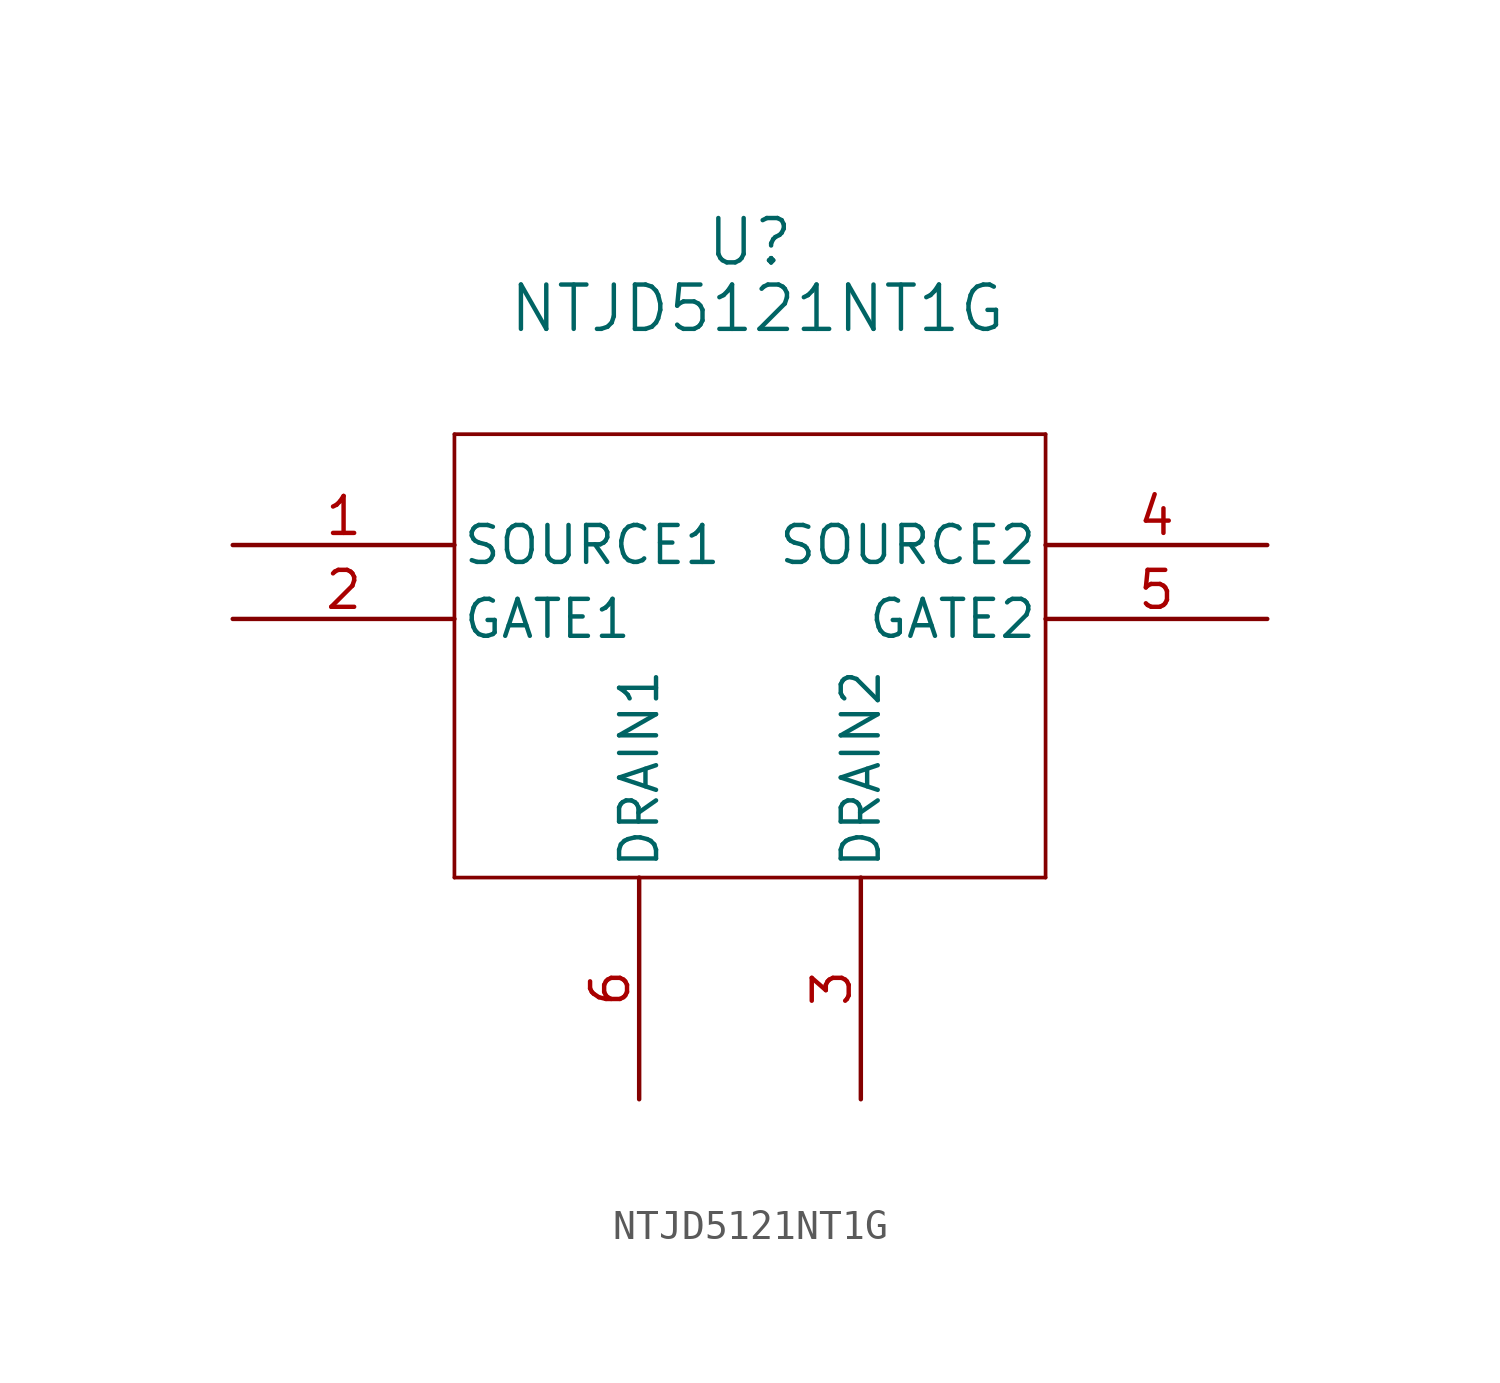
<source format=kicad_sym>
(kicad_symbol_lib
  (version 20241209)
  (generator "kicad_symbol_editor")
  (generator_version "9.0")
  (symbol "NTJD5121NT1G"
    (pin_names
      (offset 0.254))
    (property "Reference" "U"
      (at 33.02 11.684 0)
      (effects (font (size 1.524 1.524))))
    (property "Value" "NTJD5121NT1G"
      (at 33.274 9.398 0)
      (effects (font (size 1.524 1.524))))
    (property "ki_locked" ""
      (at 0 0 0)
      (effects (font (size 1.27 1.27))))
    (symbol "NTJD5121NT1G_0_1"
      (polyline (pts (xy 22.86 5.08) (xy 22.86 -10.16)) (stroke (width 0.127) (type default)) (fill (type none)))
      (polyline (pts (xy 22.86 -10.16) (xy 43.18 -10.16)) (stroke (width 0.127) (type default)) (fill (type none)))
      (polyline (pts (xy 43.18 5.08) (xy 22.86 5.08)) (stroke (width 0.127) (type default)) (fill (type none)))
      (polyline (pts (xy 43.18 -10.16) (xy 43.18 5.08)) (stroke (width 0.127) (type default)) (fill (type none)))
      (pin unspecified line (at 15.24 1.27 0) (length 7.62) (name "SOURCE1" (effects (font (size 1.27 1.27)))) (number "1" (effects (font (size 1.27 1.27)))))
      (pin unspecified line (at 15.24 -1.27 0) (length 7.62) (name "GATE1" (effects (font (size 1.27 1.27)))) (number "2" (effects (font (size 1.27 1.27)))))
      (pin unspecified line (at 29.21 -17.78 90) (length 7.62) (name "DRAIN1" (effects (font (size 1.27 1.27)))) (number "6" (effects (font (size 1.27 1.27)))))
      (pin unspecified line (at 36.83 -17.78 90) (length 7.62) (name "DRAIN2" (effects (font (size 1.27 1.27)))) (number "3" (effects (font (size 1.27 1.27)))))
      (pin unspecified line (at 50.8 1.27 180) (length 7.62) (name "SOURCE2" (effects (font (size 1.27 1.27)))) (number "4" (effects (font (size 1.27 1.27)))))
      (pin unspecified line (at 50.8 -1.27 180) (length 7.62) (name "GATE2" (effects (font (size 1.27 1.27)))) (number "5" (effects (font (size 1.27 1.27))))))))
</source>
